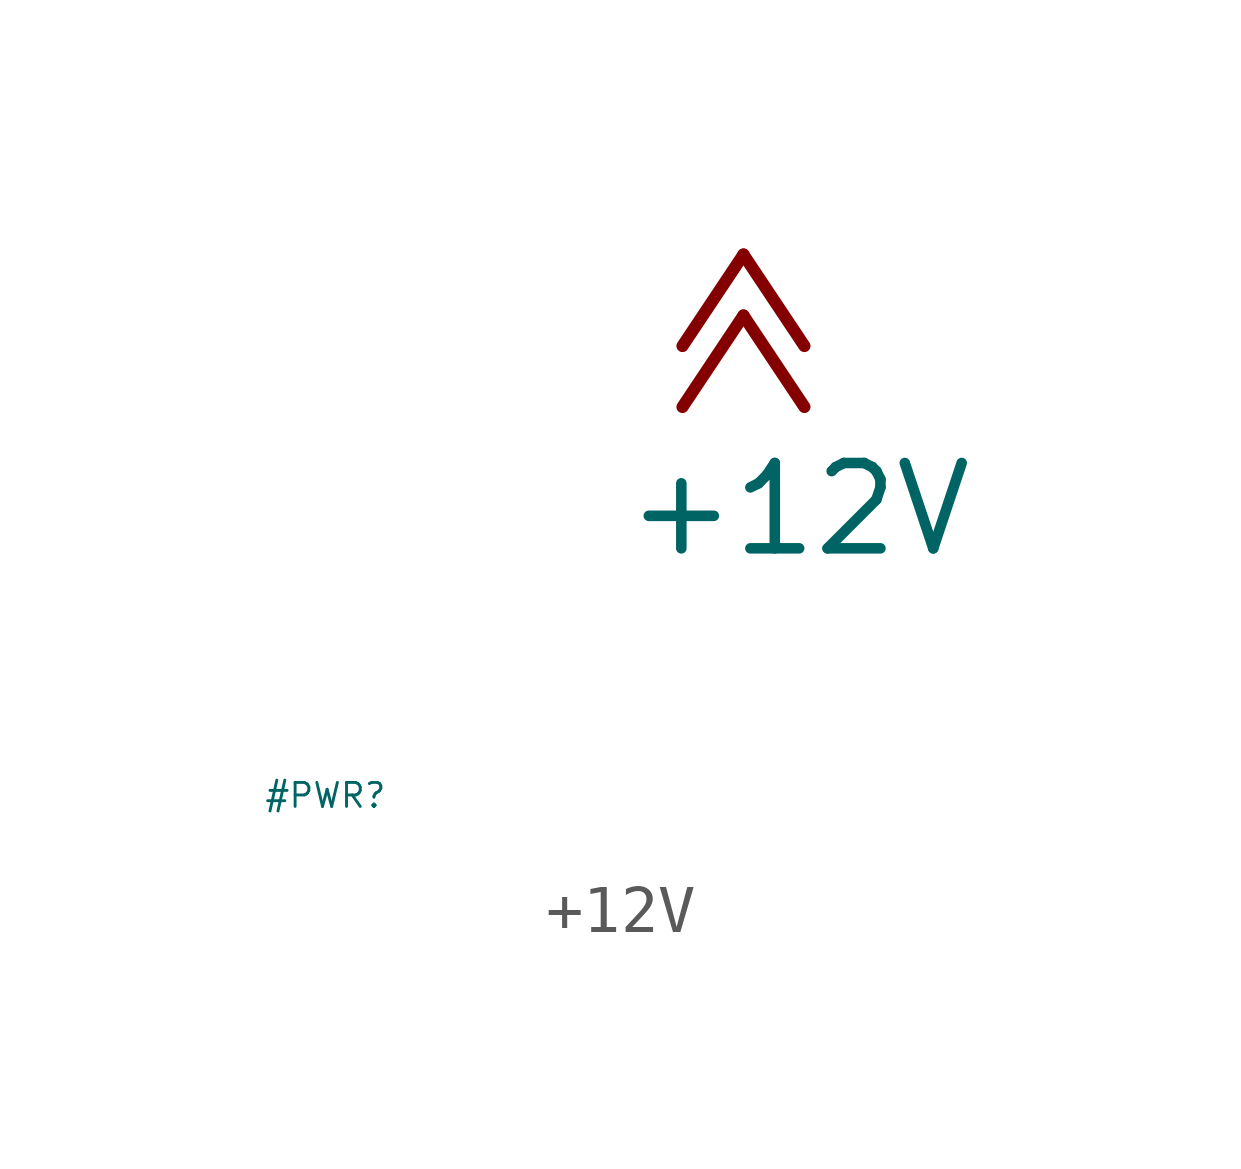
<source format=kicad_sym>
(kicad_symbol_lib
  (version 20220914)
  (generator Eagle2Kicad)
  (symbol "+12V"
    (power)
    (pin_names
      (offset 0))
    (property "Reference" "#PWR"
      (at -10 -10 0)
      (effects (font (size 0.5 0.5) (thickness 0.06)) (justify left)))
    (property "Value" "+12V"
      (at -2.54 -5.08 0)
      (effects (font (size 1.778 1.778) (thickness 0.22)) (justify left bottom)))
    (polyline
      (pts (xy 1.27 -1.905) (xy 0 0))
      (stroke (width 0.254) (type default))
      (fill (type none)))
    (polyline
      (pts (xy 0 0) (xy -1.27 -1.905))
      (stroke (width 0.254) (type default))
      (fill (type none)))
    (polyline
      (pts (xy 1.27 -0.635) (xy 0 1.27))
      (stroke (width 0.254) (type default))
      (fill (type none)))
    (polyline
      (pts (xy 0 1.27) (xy -1.27 -0.635))
      (stroke (width 0.254) (type default))
      (fill (type none)))
    (pin power_in line
      (at 0 -2.54 90)
      (length 2.54) hide
      (name "+12V" (effects (font (size 0.635 0.635) (thickness 0.08)) (justify left bottom)))
      (number "1" (effects (font (size 0.635 0.635) (thickness 0.08)) (justify left bottom))))))
</source>
